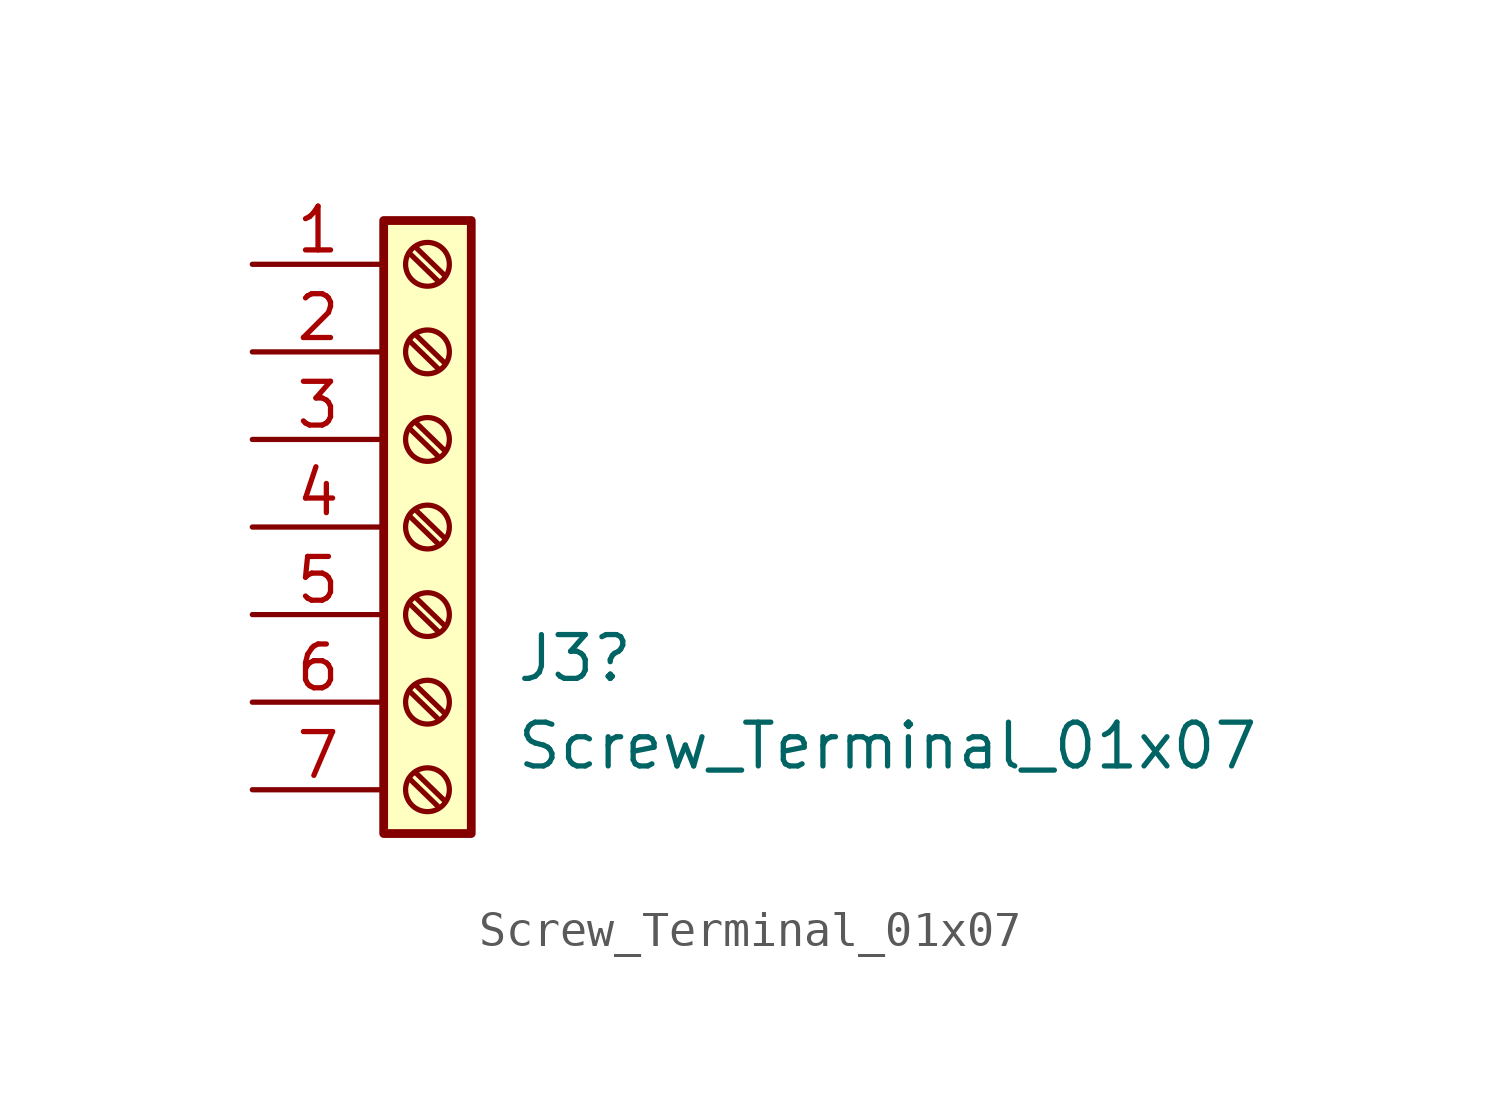
<source format=kicad_sym>
(kicad_symbol_lib
  (version 20231120)
  (generator "kicad_symbol_editor")
  (generator_version "8.0")
  (symbol "Screw_Terminal_01x07"
    (pin_names
      (offset 1.016) hide)
    (property "Reference" "J3"
      (at 1.27 1.27 0)
      (effects (font (size 1.27 1.27)) (justify left)))
    (property "Value" "Screw_Terminal_01x07"
      (at 1.27 -1.27 0)
      (effects (font (size 1.27 1.27)) (justify left)))
    (symbol "Screw_Terminal_01x07_1_1"
      (rectangle (start -2.54 13.97) (end 0 -3.81) (stroke (width 0.254) (type default)) (fill (type background)))
      (circle (center -1.27 -2.54) (radius 0.635) (stroke (width 0.152) (type default)) (fill (type none)))
      (circle (center -1.27 0) (radius 0.635) (stroke (width 0.152) (type default)) (fill (type none)))
      (circle (center -1.27 2.54) (radius 0.635) (stroke (width 0.152) (type default)) (fill (type none)))
      (circle (center -1.27 5.08) (radius 0.635) (stroke (width 0.152) (type default)) (fill (type none)))
      (circle (center -1.27 7.62) (radius 0.635) (stroke (width 0.152) (type default)) (fill (type none)))
      (circle (center -1.27 10.16) (radius 0.635) (stroke (width 0.152) (type default)) (fill (type none)))
      (circle (center -1.27 12.7) (radius 0.635) (stroke (width 0.152) (type default)) (fill (type none)))
      (polyline (pts (xy -1.803 -2.21) (xy -0.94 -3.048)) (stroke (width 0.152) (type default)) (fill (type none)))
      (polyline (pts (xy -1.803 0.33) (xy -0.94 -0.508)) (stroke (width 0.152) (type default)) (fill (type none)))
      (polyline (pts (xy -1.803 2.87) (xy -0.94 2.032)) (stroke (width 0.152) (type default)) (fill (type none)))
      (polyline (pts (xy -1.803 5.41) (xy -0.94 4.572)) (stroke (width 0.152) (type default)) (fill (type none)))
      (polyline (pts (xy -1.803 7.95) (xy -0.94 7.112)) (stroke (width 0.152) (type default)) (fill (type none)))
      (polyline (pts (xy -1.803 10.49) (xy -0.94 9.652)) (stroke (width 0.152) (type default)) (fill (type none)))
      (polyline (pts (xy -1.803 13.03) (xy -0.94 12.192)) (stroke (width 0.152) (type default)) (fill (type none)))
      (polyline (pts (xy -1.626 -2.032) (xy -0.762 -2.87)) (stroke (width 0.152) (type default)) (fill (type none)))
      (polyline (pts (xy -1.626 0.508) (xy -0.762 -0.33)) (stroke (width 0.152) (type default)) (fill (type none)))
      (polyline (pts (xy -1.626 3.048) (xy -0.762 2.21)) (stroke (width 0.152) (type default)) (fill (type none)))
      (polyline (pts (xy -1.626 5.588) (xy -0.762 4.75)) (stroke (width 0.152) (type default)) (fill (type none)))
      (polyline (pts (xy -1.626 8.128) (xy -0.762 7.29)) (stroke (width 0.152) (type default)) (fill (type none)))
      (polyline (pts (xy -1.626 10.668) (xy -0.762 9.83)) (stroke (width 0.152) (type default)) (fill (type none)))
      (polyline (pts (xy -1.626 13.208) (xy -0.762 12.37)) (stroke (width 0.152) (type default)) (fill (type none)))
      (pin passive line (at -6.35 12.7 0) (length 3.81) (name "Pin_1" (effects (font (size 1.27 1.27)))) (number "1" (effects (font (size 1.27 1.27)))))
      (pin passive line (at -6.35 10.16 0) (length 3.81) (name "Pin_2" (effects (font (size 1.27 1.27)))) (number "2" (effects (font (size 1.27 1.27)))))
      (pin passive line (at -6.35 7.62 0) (length 3.81) (name "Pin_3" (effects (font (size 1.27 1.27)))) (number "3" (effects (font (size 1.27 1.27)))))
      (pin passive line (at -6.35 5.08 0) (length 3.81) (name "Pin_4" (effects (font (size 1.27 1.27)))) (number "4" (effects (font (size 1.27 1.27)))))
      (pin passive line (at -6.35 2.54 0) (length 3.81) (name "Pin_5" (effects (font (size 1.27 1.27)))) (number "5" (effects (font (size 1.27 1.27)))))
      (pin passive line (at -6.35 0 0) (length 3.81) (name "Pin_6" (effects (font (size 1.27 1.27)))) (number "6" (effects (font (size 1.27 1.27)))))
      (pin passive line (at -6.35 -2.54 0) (length 3.81) (name "Pin_7" (effects (font (size 1.27 1.27)))) (number "7" (effects (font (size 1.27 1.27))))))))
</source>
